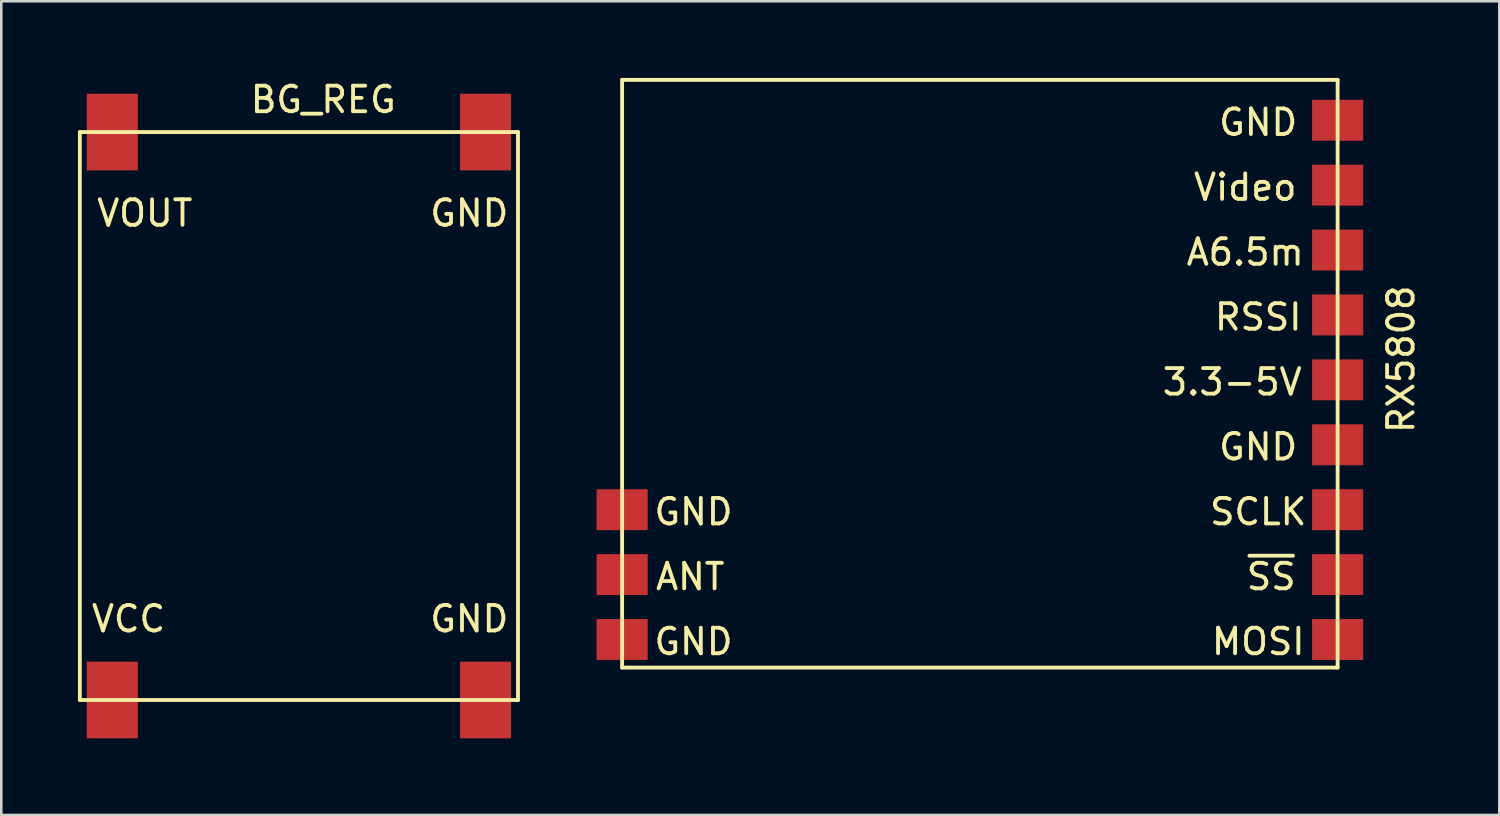
<source format=kicad_pcb>
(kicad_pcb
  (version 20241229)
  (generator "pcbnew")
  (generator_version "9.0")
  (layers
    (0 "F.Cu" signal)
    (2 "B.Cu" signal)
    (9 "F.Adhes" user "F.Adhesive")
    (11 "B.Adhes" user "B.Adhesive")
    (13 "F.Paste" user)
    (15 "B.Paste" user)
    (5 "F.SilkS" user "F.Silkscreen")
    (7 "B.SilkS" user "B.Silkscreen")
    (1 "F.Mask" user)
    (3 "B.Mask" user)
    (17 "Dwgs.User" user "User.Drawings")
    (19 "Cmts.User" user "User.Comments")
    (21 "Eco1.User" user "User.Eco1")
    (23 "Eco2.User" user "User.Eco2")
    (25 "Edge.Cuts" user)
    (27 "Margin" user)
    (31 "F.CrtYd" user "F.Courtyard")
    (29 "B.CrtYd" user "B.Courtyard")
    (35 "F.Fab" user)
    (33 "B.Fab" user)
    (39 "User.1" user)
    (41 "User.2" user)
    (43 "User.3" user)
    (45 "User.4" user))
  (footprint "RX5808"
    (layer "F.Cu")
    (at 21.295 23.075)
    (property "Reference" "RX5808" (at 30.48 -12.065 90) (layer "F.SilkS") (effects (font (size 1 1) (thickness 0.15))))
    (attr through_hole)
    (fp_line (start 0 -23) (end 0 0) (stroke (width 0.15) (type solid)) (layer "F.SilkS"))
    (fp_line (start 0 0) (end 28 0) (stroke (width 0.15) (type solid)) (layer "F.SilkS"))
    (fp_line (start 28 -23) (end 0 -23) (stroke (width 0.15) (type solid)) (layer "F.SilkS"))
    (fp_line (start 28 0) (end 28 -23) (stroke (width 0.15) (type solid)) (layer "F.SilkS"))
    (fp_text user "RSSI" (at 24.892 -13.716 0) (layer "F.SilkS") (effects (font (size 1 1) (thickness 0.15))))
    (fp_text user "~{SS}" (at 25.4 -3.556 0) (layer "F.SilkS") (effects (font (size 1 1) (thickness 0.15))))
    (fp_text user "SCLK" (at 24.892 -6.096 0) (layer "F.SilkS") (effects (font (size 1 1) (thickness 0.15))))
    (fp_text user "GND" (at 24.892 -21.336 0) (layer "F.SilkS") (effects (font (size 1 1) (thickness 0.15))))
    (fp_text user "GND" (at 2.794 -1.016 0) (layer "F.SilkS") (effects (font (size 1 1) (thickness 0.15))))
    (fp_text user "GND" (at 2.794 -6.096 0) (layer "F.SilkS") (effects (font (size 1 1) (thickness 0.15))))
    (fp_text user "A6.5m" (at 24.384 -16.256 0) (layer "F.SilkS") (effects (font (size 1 1) (thickness 0.15))))
    (fp_text user "Video" (at 24.384 -18.796 0) (layer "F.SilkS") (effects (font (size 1 1) (thickness 0.15))))
    (fp_text user "MOSI" (at 24.892 -1.016 0) (layer "F.SilkS") (effects (font (size 1 1) (thickness 0.15))))
    (fp_text user "GND" (at 24.892 -8.636 0) (layer "F.SilkS") (effects (font (size 1 1) (thickness 0.15))))
    (fp_text user "ANT" (at 2.667 -3.556 0) (layer "F.SilkS") (effects (font (size 1 1) (thickness 0.15))))
    (fp_text user "3.3-5V" (at 23.876 -11.176 0) (layer "F.SilkS") (effects (font (size 1 1) (thickness 0.15))))
    (pad "1" smd rect (at 28 -21.42) (size 2 1.6) (layers "F.Cu" "F.Mask" "F.Paste"))
    (pad "2" smd rect (at 28 -18.88) (size 2 1.6) (layers "F.Cu" "F.Mask" "F.Paste"))
    (pad "3" smd rect (at 28 -16.34) (size 2 1.6) (layers "F.Cu" "F.Mask" "F.Paste"))
    (pad "4" smd rect (at 28 -13.8) (size 2 1.6) (layers "F.Cu" "F.Mask" "F.Paste"))
    (pad "5" smd rect (at 28 -11.26) (size 2 1.6) (layers "F.Cu" "F.Mask" "F.Paste"))
    (pad "6" smd rect (at 28 -8.72) (size 2 1.6) (layers "F.Cu" "F.Mask" "F.Paste"))
    (pad "7" smd rect (at 28 -6.18) (size 2 1.6) (layers "F.Cu" "F.Mask" "F.Paste"))
    (pad "8" smd rect (at 28 -3.64) (size 2 1.6) (layers "F.Cu" "F.Mask" "F.Paste"))
    (pad "9" smd rect (at 28 -1.1) (size 2 1.6) (layers "F.Cu" "F.Mask" "F.Paste"))
    (pad "10" smd rect (at 0 -6.18) (size 2 1.6) (layers "F.Cu" "F.Mask" "F.Paste"))
    (pad "11" smd rect (at 0 -3.64) (size 2 1.6) (layers "F.Cu" "F.Mask" "F.Paste"))
    (pad "12" smd rect (at 0 -1.1) (size 2 1.6) (layers "F.Cu" "F.Mask" "F.Paste")))
  (footprint "BG_REG"
    (layer "F.Cu")
    (at 5.155 19.263)
    (property "Reference" "BG_REG" (at 4.445 -18.415 180) (layer "F.SilkS") (effects (font (size 1 1) (thickness 0.15))))
    (attr through_hole)
    (fp_line (start -5.08 -17.145) (end 12.065 -17.145) (stroke (width 0.15) (type solid)) (layer "F.SilkS"))
    (fp_line (start -5.08 5.08) (end -5.08 -17.145) (stroke (width 0.15) (type solid)) (layer "F.SilkS"))
    (fp_line (start 12.065 -17.145) (end 12.065 5.08) (stroke (width 0.15) (type solid)) (layer "F.SilkS"))
    (fp_line (start 12.065 5.08) (end -5.08 5.08) (stroke (width 0.15) (type solid)) (layer "F.SilkS"))
    (fp_text user "GND" (at 10.16 -13.97 0) (layer "F.SilkS") (effects (font (size 1 1) (thickness 0.15))))
    (fp_text user "GND" (at 10.16 1.905 0) (layer "F.SilkS") (effects (font (size 1 1) (thickness 0.15))))
    (fp_text user "VOUT" (at -2.54 -13.97 0) (layer "F.SilkS") (effects (font (size 1 1) (thickness 0.15))))
    (fp_text user "VCC" (at -3.175 1.905 0) (layer "F.SilkS") (effects (font (size 1 1) (thickness 0.15))))
    (pad "1" smd rect (at 10.795 5.08) (size 2 3) (layers "F.Cu" "F.Mask" "F.Paste"))
    (pad "2" smd rect (at -3.81 5.08) (size 2 3) (layers "F.Cu" "F.Mask" "F.Paste"))
    (pad "3" smd rect (at 10.795 -17.145) (size 2 3) (layers "F.Cu" "F.Mask" "F.Paste"))
    (pad "4" smd rect (at -3.81 -17.145) (size 2 3) (layers "F.Cu" "F.Mask" "F.Paste")))
  (gr_rect
    (start -3 -3)
    (end 55.623 28.843)
    (stroke (width 0.1) (type default))
    (fill no)
    (layer "Edge.Cuts")))
</source>
